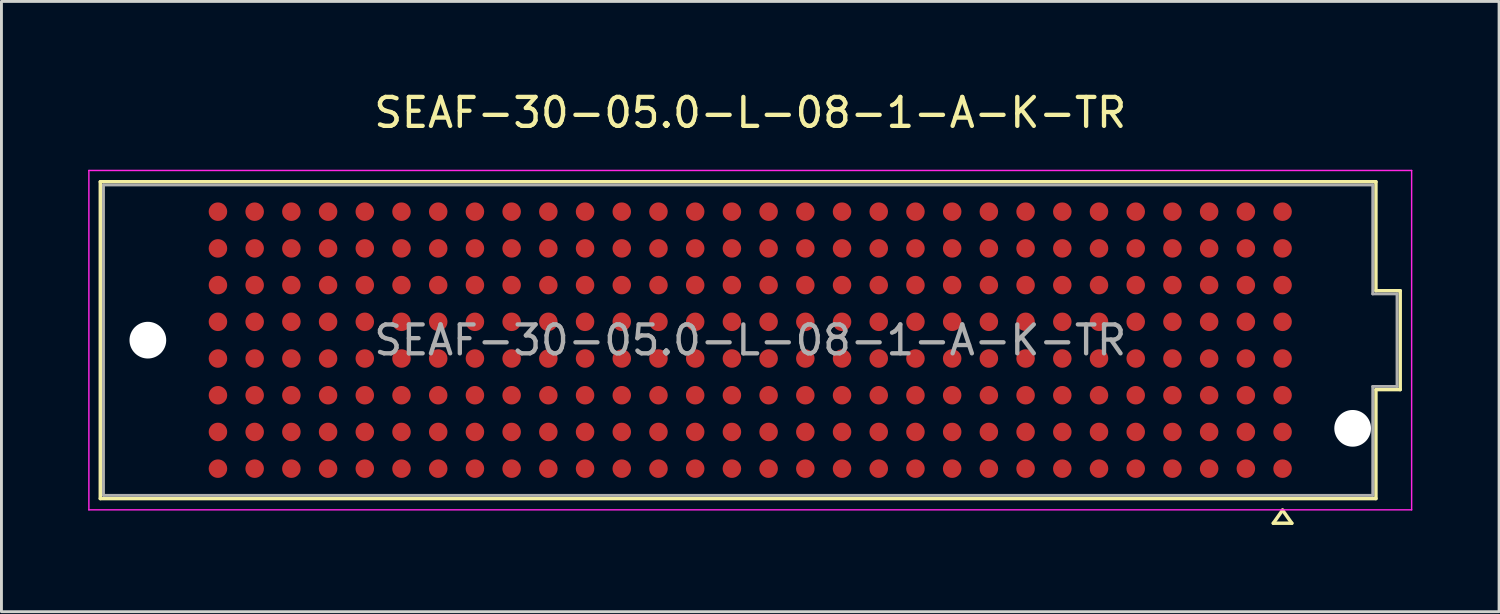
<source format=kicad_pcb>
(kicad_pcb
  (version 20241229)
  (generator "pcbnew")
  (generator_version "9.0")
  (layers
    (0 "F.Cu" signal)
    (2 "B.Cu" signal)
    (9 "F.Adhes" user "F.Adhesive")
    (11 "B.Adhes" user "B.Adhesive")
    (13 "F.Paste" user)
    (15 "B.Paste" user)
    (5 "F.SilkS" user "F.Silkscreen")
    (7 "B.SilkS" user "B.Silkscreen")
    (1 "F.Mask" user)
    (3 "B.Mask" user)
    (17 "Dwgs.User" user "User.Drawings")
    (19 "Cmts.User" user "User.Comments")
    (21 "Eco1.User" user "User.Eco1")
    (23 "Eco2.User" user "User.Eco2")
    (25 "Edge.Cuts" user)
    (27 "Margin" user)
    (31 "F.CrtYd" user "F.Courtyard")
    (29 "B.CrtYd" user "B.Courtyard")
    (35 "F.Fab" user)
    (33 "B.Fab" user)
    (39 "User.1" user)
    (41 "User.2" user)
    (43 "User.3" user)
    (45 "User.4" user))
  (footprint "SEAF-30-05.0-L-08-1-A-K-TR"
    (layer "F.Cu")
    (at 22.905 8.718)
    (property "Reference" "SEAF-30-05.0-L-08-1-A-K-TR" (at 0 -7.87 0) (layer "F.SilkS") (effects (font (size 1 1) (thickness 0.15))))
    (attr smd)
    (fp_line (start -22.485 -5.48) (end 21.645 -5.48) (stroke (width 0.12) (type solid)) (layer "F.SilkS"))
    (fp_line (start -22.485 5.48) (end -22.485 -5.48) (stroke (width 0.12) (type solid)) (layer "F.SilkS"))
    (fp_line (start 18.095 6.333) (end 18.735 6.333) (stroke (width 0.12) (type solid)) (layer "F.SilkS"))
    (fp_line (start 18.415 5.88) (end 18.095 6.333) (stroke (width 0.12) (type solid)) (layer "F.SilkS"))
    (fp_line (start 18.735 6.333) (end 18.415 5.88) (stroke (width 0.12) (type solid)) (layer "F.SilkS"))
    (fp_line (start 21.645 -5.48) (end 21.645 -1.71) (stroke (width 0.12) (type solid)) (layer "F.SilkS"))
    (fp_line (start 21.645 -1.71) (end 22.485 -1.71) (stroke (width 0.12) (type solid)) (layer "F.SilkS"))
    (fp_line (start 21.645 1.71) (end 21.645 5.48) (stroke (width 0.12) (type solid)) (layer "F.SilkS"))
    (fp_line (start 21.645 5.48) (end -22.485 5.48) (stroke (width 0.12) (type solid)) (layer "F.SilkS"))
    (fp_line (start 22.485 -1.71) (end 22.485 1.71) (stroke (width 0.12) (type solid)) (layer "F.SilkS"))
    (fp_line (start 22.485 1.71) (end 21.645 1.71) (stroke (width 0.12) (type solid)) (layer "F.SilkS"))
    (fp_line (start -22.88 -5.87) (end -22.88 5.87) (stroke (width 0.05) (type solid)) (layer "F.CrtYd"))
    (fp_line (start -22.88 5.87) (end 22.88 5.87) (stroke (width 0.05) (type solid)) (layer "F.CrtYd"))
    (fp_line (start 22.88 -5.87) (end -22.88 -5.87) (stroke (width 0.05) (type solid)) (layer "F.CrtYd"))
    (fp_line (start 22.88 5.87) (end 22.88 -5.87) (stroke (width 0.05) (type solid)) (layer "F.CrtYd"))
    (fp_line (start -22.375 -5.37) (end 21.535 -5.37) (stroke (width 0.1) (type solid)) (layer "F.Fab"))
    (fp_line (start -22.375 5.37) (end -22.375 -5.37) (stroke (width 0.1) (type solid)) (layer "F.Fab"))
    (fp_line (start 21.535 -5.37) (end 21.535 -1.6) (stroke (width 0.1) (type solid)) (layer "F.Fab"))
    (fp_line (start 21.535 -1.6) (end 22.375 -1.6) (stroke (width 0.1) (type solid)) (layer "F.Fab"))
    (fp_line (start 21.535 1.6) (end 21.535 5.37) (stroke (width 0.1) (type solid)) (layer "F.Fab"))
    (fp_line (start 21.535 5.37) (end -22.375 5.37) (stroke (width 0.1) (type solid)) (layer "F.Fab"))
    (fp_line (start 22.375 -1.6) (end 22.375 1.6) (stroke (width 0.1) (type solid)) (layer "F.Fab"))
    (fp_line (start 22.375 1.6) (end 21.535 1.6) (stroke (width 0.1) (type solid)) (layer "F.Fab"))
    (fp_text user "${REFERENCE}" (at 0 0 0) (layer "F.Fab") (effects (font (size 1 1) (thickness 0.15))))
    (pad "" np_thru_hole circle (at -20.84 0) (size 1.27 1.27) (drill 1.27) (layers "*.Cu" "*.Mask"))
    (pad "" np_thru_hole circle (at 20.84 3.05) (size 1.27 1.27) (drill 1.27) (layers "*.Cu" "*.Mask"))
    (pad "A1" smd circle (at 18.415 4.445) (size 0.64 0.64) (layers "F.Cu" "F.Mask" "F.Paste"))
    (pad "A2" smd circle (at 17.145 4.445) (size 0.64 0.64) (layers "F.Cu" "F.Mask" "F.Paste"))
    (pad "A3" smd circle (at 15.875 4.445) (size 0.64 0.64) (layers "F.Cu" "F.Mask" "F.Paste"))
    (pad "A4" smd circle (at 14.605 4.445) (size 0.64 0.64) (layers "F.Cu" "F.Mask" "F.Paste"))
    (pad "A5" smd circle (at 13.335 4.445) (size 0.64 0.64) (layers "F.Cu" "F.Mask" "F.Paste"))
    (pad "A6" smd circle (at 12.065 4.445) (size 0.64 0.64) (layers "F.Cu" "F.Mask" "F.Paste"))
    (pad "A7" smd circle (at 10.795 4.445) (size 0.64 0.64) (layers "F.Cu" "F.Mask" "F.Paste"))
    (pad "A8" smd circle (at 9.525 4.445) (size 0.64 0.64) (layers "F.Cu" "F.Mask" "F.Paste"))
    (pad "A9" smd circle (at 8.255 4.445) (size 0.64 0.64) (layers "F.Cu" "F.Mask" "F.Paste"))
    (pad "A10" smd circle (at 6.985 4.445) (size 0.64 0.64) (layers "F.Cu" "F.Mask" "F.Paste"))
    (pad "A11" smd circle (at 5.715 4.445) (size 0.64 0.64) (layers "F.Cu" "F.Mask" "F.Paste"))
    (pad "A12" smd circle (at 4.445 4.445) (size 0.64 0.64) (layers "F.Cu" "F.Mask" "F.Paste"))
    (pad "A13" smd circle (at 3.175 4.445) (size 0.64 0.64) (layers "F.Cu" "F.Mask" "F.Paste"))
    (pad "A14" smd circle (at 1.905 4.445) (size 0.64 0.64) (layers "F.Cu" "F.Mask" "F.Paste"))
    (pad "A15" smd circle (at 0.635 4.445) (size 0.64 0.64) (layers "F.Cu" "F.Mask" "F.Paste"))
    (pad "A16" smd circle (at -0.635 4.445) (size 0.64 0.64) (layers "F.Cu" "F.Mask" "F.Paste"))
    (pad "A17" smd circle (at -1.905 4.445) (size 0.64 0.64) (layers "F.Cu" "F.Mask" "F.Paste"))
    (pad "A18" smd circle (at -3.175 4.445) (size 0.64 0.64) (layers "F.Cu" "F.Mask" "F.Paste"))
    (pad "A19" smd circle (at -4.445 4.445) (size 0.64 0.64) (layers "F.Cu" "F.Mask" "F.Paste"))
    (pad "A20" smd circle (at -5.715 4.445) (size 0.64 0.64) (layers "F.Cu" "F.Mask" "F.Paste"))
    (pad "A21" smd circle (at -6.985 4.445) (size 0.64 0.64) (layers "F.Cu" "F.Mask" "F.Paste"))
    (pad "A22" smd circle (at -8.255 4.445) (size 0.64 0.64) (layers "F.Cu" "F.Mask" "F.Paste"))
    (pad "A23" smd circle (at -9.525 4.445) (size 0.64 0.64) (layers "F.Cu" "F.Mask" "F.Paste"))
    (pad "A24" smd circle (at -10.795 4.445) (size 0.64 0.64) (layers "F.Cu" "F.Mask" "F.Paste"))
    (pad "A25" smd circle (at -12.065 4.445) (size 0.64 0.64) (layers "F.Cu" "F.Mask" "F.Paste"))
    (pad "A26" smd circle (at -13.335 4.445) (size 0.64 0.64) (layers "F.Cu" "F.Mask" "F.Paste"))
    (pad "A27" smd circle (at -14.605 4.445) (size 0.64 0.64) (layers "F.Cu" "F.Mask" "F.Paste"))
    (pad "A28" smd circle (at -15.875 4.445) (size 0.64 0.64) (layers "F.Cu" "F.Mask" "F.Paste"))
    (pad "A29" smd circle (at -17.145 4.445) (size 0.64 0.64) (layers "F.Cu" "F.Mask" "F.Paste"))
    (pad "A30" smd circle (at -18.415 4.445) (size 0.64 0.64) (layers "F.Cu" "F.Mask" "F.Paste"))
    (pad "B1" smd circle (at 18.415 3.175) (size 0.64 0.64) (layers "F.Cu" "F.Mask" "F.Paste"))
    (pad "B2" smd circle (at 17.145 3.175) (size 0.64 0.64) (layers "F.Cu" "F.Mask" "F.Paste"))
    (pad "B3" smd circle (at 15.875 3.175) (size 0.64 0.64) (layers "F.Cu" "F.Mask" "F.Paste"))
    (pad "B4" smd circle (at 14.605 3.175) (size 0.64 0.64) (layers "F.Cu" "F.Mask" "F.Paste"))
    (pad "B5" smd circle (at 13.335 3.175) (size 0.64 0.64) (layers "F.Cu" "F.Mask" "F.Paste"))
    (pad "B6" smd circle (at 12.065 3.175) (size 0.64 0.64) (layers "F.Cu" "F.Mask" "F.Paste"))
    (pad "B7" smd circle (at 10.795 3.175) (size 0.64 0.64) (layers "F.Cu" "F.Mask" "F.Paste"))
    (pad "B8" smd circle (at 9.525 3.175) (size 0.64 0.64) (layers "F.Cu" "F.Mask" "F.Paste"))
    (pad "B9" smd circle (at 8.255 3.175) (size 0.64 0.64) (layers "F.Cu" "F.Mask" "F.Paste"))
    (pad "B10" smd circle (at 6.985 3.175) (size 0.64 0.64) (layers "F.Cu" "F.Mask" "F.Paste"))
    (pad "B11" smd circle (at 5.715 3.175) (size 0.64 0.64) (layers "F.Cu" "F.Mask" "F.Paste"))
    (pad "B12" smd circle (at 4.445 3.175) (size 0.64 0.64) (layers "F.Cu" "F.Mask" "F.Paste"))
    (pad "B13" smd circle (at 3.175 3.175) (size 0.64 0.64) (layers "F.Cu" "F.Mask" "F.Paste"))
    (pad "B14" smd circle (at 1.905 3.175) (size 0.64 0.64) (layers "F.Cu" "F.Mask" "F.Paste"))
    (pad "B15" smd circle (at 0.635 3.175) (size 0.64 0.64) (layers "F.Cu" "F.Mask" "F.Paste"))
    (pad "B16" smd circle (at -0.635 3.175) (size 0.64 0.64) (layers "F.Cu" "F.Mask" "F.Paste"))
    (pad "B17" smd circle (at -1.905 3.175) (size 0.64 0.64) (layers "F.Cu" "F.Mask" "F.Paste"))
    (pad "B18" smd circle (at -3.175 3.175) (size 0.64 0.64) (layers "F.Cu" "F.Mask" "F.Paste"))
    (pad "B19" smd circle (at -4.445 3.175) (size 0.64 0.64) (layers "F.Cu" "F.Mask" "F.Paste"))
    (pad "B20" smd circle (at -5.715 3.175) (size 0.64 0.64) (layers "F.Cu" "F.Mask" "F.Paste"))
    (pad "B21" smd circle (at -6.985 3.175) (size 0.64 0.64) (layers "F.Cu" "F.Mask" "F.Paste"))
    (pad "B22" smd circle (at -8.255 3.175) (size 0.64 0.64) (layers "F.Cu" "F.Mask" "F.Paste"))
    (pad "B23" smd circle (at -9.525 3.175) (size 0.64 0.64) (layers "F.Cu" "F.Mask" "F.Paste"))
    (pad "B24" smd circle (at -10.795 3.175) (size 0.64 0.64) (layers "F.Cu" "F.Mask" "F.Paste"))
    (pad "B25" smd circle (at -12.065 3.175) (size 0.64 0.64) (layers "F.Cu" "F.Mask" "F.Paste"))
    (pad "B26" smd circle (at -13.335 3.175) (size 0.64 0.64) (layers "F.Cu" "F.Mask" "F.Paste"))
    (pad "B27" smd circle (at -14.605 3.175) (size 0.64 0.64) (layers "F.Cu" "F.Mask" "F.Paste"))
    (pad "B28" smd circle (at -15.875 3.175) (size 0.64 0.64) (layers "F.Cu" "F.Mask" "F.Paste"))
    (pad "B29" smd circle (at -17.145 3.175) (size 0.64 0.64) (layers "F.Cu" "F.Mask" "F.Paste"))
    (pad "B30" smd circle (at -18.415 3.175) (size 0.64 0.64) (layers "F.Cu" "F.Mask" "F.Paste"))
    (pad "C1" smd circle (at 18.415 1.905) (size 0.64 0.64) (layers "F.Cu" "F.Mask" "F.Paste"))
    (pad "C2" smd circle (at 17.145 1.905) (size 0.64 0.64) (layers "F.Cu" "F.Mask" "F.Paste"))
    (pad "C3" smd circle (at 15.875 1.905) (size 0.64 0.64) (layers "F.Cu" "F.Mask" "F.Paste"))
    (pad "C4" smd circle (at 14.605 1.905) (size 0.64 0.64) (layers "F.Cu" "F.Mask" "F.Paste"))
    (pad "C5" smd circle (at 13.335 1.905) (size 0.64 0.64) (layers "F.Cu" "F.Mask" "F.Paste"))
    (pad "C6" smd circle (at 12.065 1.905) (size 0.64 0.64) (layers "F.Cu" "F.Mask" "F.Paste"))
    (pad "C7" smd circle (at 10.795 1.905) (size 0.64 0.64) (layers "F.Cu" "F.Mask" "F.Paste"))
    (pad "C8" smd circle (at 9.525 1.905) (size 0.64 0.64) (layers "F.Cu" "F.Mask" "F.Paste"))
    (pad "C9" smd circle (at 8.255 1.905) (size 0.64 0.64) (layers "F.Cu" "F.Mask" "F.Paste"))
    (pad "C10" smd circle (at 6.985 1.905) (size 0.64 0.64) (layers "F.Cu" "F.Mask" "F.Paste"))
    (pad "C11" smd circle (at 5.715 1.905) (size 0.64 0.64) (layers "F.Cu" "F.Mask" "F.Paste"))
    (pad "C12" smd circle (at 4.445 1.905) (size 0.64 0.64) (layers "F.Cu" "F.Mask" "F.Paste"))
    (pad "C13" smd circle (at 3.175 1.905) (size 0.64 0.64) (layers "F.Cu" "F.Mask" "F.Paste"))
    (pad "C14" smd circle (at 1.905 1.905) (size 0.64 0.64) (layers "F.Cu" "F.Mask" "F.Paste"))
    (pad "C15" smd circle (at 0.635 1.905) (size 0.64 0.64) (layers "F.Cu" "F.Mask" "F.Paste"))
    (pad "C16" smd circle (at -0.635 1.905) (size 0.64 0.64) (layers "F.Cu" "F.Mask" "F.Paste"))
    (pad "C17" smd circle (at -1.905 1.905) (size 0.64 0.64) (layers "F.Cu" "F.Mask" "F.Paste"))
    (pad "C18" smd circle (at -3.175 1.905) (size 0.64 0.64) (layers "F.Cu" "F.Mask" "F.Paste"))
    (pad "C19" smd circle (at -4.445 1.905) (size 0.64 0.64) (layers "F.Cu" "F.Mask" "F.Paste"))
    (pad "C20" smd circle (at -5.715 1.905) (size 0.64 0.64) (layers "F.Cu" "F.Mask" "F.Paste"))
    (pad "C21" smd circle (at -6.985 1.905) (size 0.64 0.64) (layers "F.Cu" "F.Mask" "F.Paste"))
    (pad "C22" smd circle (at -8.255 1.905) (size 0.64 0.64) (layers "F.Cu" "F.Mask" "F.Paste"))
    (pad "C23" smd circle (at -9.525 1.905) (size 0.64 0.64) (layers "F.Cu" "F.Mask" "F.Paste"))
    (pad "C24" smd circle (at -10.795 1.905) (size 0.64 0.64) (layers "F.Cu" "F.Mask" "F.Paste"))
    (pad "C25" smd circle (at -12.065 1.905) (size 0.64 0.64) (layers "F.Cu" "F.Mask" "F.Paste"))
    (pad "C26" smd circle (at -13.335 1.905) (size 0.64 0.64) (layers "F.Cu" "F.Mask" "F.Paste"))
    (pad "C27" smd circle (at -14.605 1.905) (size 0.64 0.64) (layers "F.Cu" "F.Mask" "F.Paste"))
    (pad "C28" smd circle (at -15.875 1.905) (size 0.64 0.64) (layers "F.Cu" "F.Mask" "F.Paste"))
    (pad "C29" smd circle (at -17.145 1.905) (size 0.64 0.64) (layers "F.Cu" "F.Mask" "F.Paste"))
    (pad "C30" smd circle (at -18.415 1.905) (size 0.64 0.64) (layers "F.Cu" "F.Mask" "F.Paste"))
    (pad "D1" smd circle (at 18.415 0.635) (size 0.64 0.64) (layers "F.Cu" "F.Mask" "F.Paste"))
    (pad "D2" smd circle (at 17.145 0.635) (size 0.64 0.64) (layers "F.Cu" "F.Mask" "F.Paste"))
    (pad "D3" smd circle (at 15.875 0.635) (size 0.64 0.64) (layers "F.Cu" "F.Mask" "F.Paste"))
    (pad "D4" smd circle (at 14.605 0.635) (size 0.64 0.64) (layers "F.Cu" "F.Mask" "F.Paste"))
    (pad "D5" smd circle (at 13.335 0.635) (size 0.64 0.64) (layers "F.Cu" "F.Mask" "F.Paste"))
    (pad "D6" smd circle (at 12.065 0.635) (size 0.64 0.64) (layers "F.Cu" "F.Mask" "F.Paste"))
    (pad "D7" smd circle (at 10.795 0.635) (size 0.64 0.64) (layers "F.Cu" "F.Mask" "F.Paste"))
    (pad "D8" smd circle (at 9.525 0.635) (size 0.64 0.64) (layers "F.Cu" "F.Mask" "F.Paste"))
    (pad "D9" smd circle (at 8.255 0.635) (size 0.64 0.64) (layers "F.Cu" "F.Mask" "F.Paste"))
    (pad "D10" smd circle (at 6.985 0.635) (size 0.64 0.64) (layers "F.Cu" "F.Mask" "F.Paste"))
    (pad "D11" smd circle (at 5.715 0.635) (size 0.64 0.64) (layers "F.Cu" "F.Mask" "F.Paste"))
    (pad "D12" smd circle (at 4.445 0.635) (size 0.64 0.64) (layers "F.Cu" "F.Mask" "F.Paste"))
    (pad "D13" smd circle (at 3.175 0.635) (size 0.64 0.64) (layers "F.Cu" "F.Mask" "F.Paste"))
    (pad "D14" smd circle (at 1.905 0.635) (size 0.64 0.64) (layers "F.Cu" "F.Mask" "F.Paste"))
    (pad "D15" smd circle (at 0.635 0.635) (size 0.64 0.64) (layers "F.Cu" "F.Mask" "F.Paste"))
    (pad "D16" smd circle (at -0.635 0.635) (size 0.64 0.64) (layers "F.Cu" "F.Mask" "F.Paste"))
    (pad "D17" smd circle (at -1.905 0.635) (size 0.64 0.64) (layers "F.Cu" "F.Mask" "F.Paste"))
    (pad "D18" smd circle (at -3.175 0.635) (size 0.64 0.64) (layers "F.Cu" "F.Mask" "F.Paste"))
    (pad "D19" smd circle (at -4.445 0.635) (size 0.64 0.64) (layers "F.Cu" "F.Mask" "F.Paste"))
    (pad "D20" smd circle (at -5.715 0.635) (size 0.64 0.64) (layers "F.Cu" "F.Mask" "F.Paste"))
    (pad "D21" smd circle (at -6.985 0.635) (size 0.64 0.64) (layers "F.Cu" "F.Mask" "F.Paste"))
    (pad "D22" smd circle (at -8.255 0.635) (size 0.64 0.64) (layers "F.Cu" "F.Mask" "F.Paste"))
    (pad "D23" smd circle (at -9.525 0.635) (size 0.64 0.64) (layers "F.Cu" "F.Mask" "F.Paste"))
    (pad "D24" smd circle (at -10.795 0.635) (size 0.64 0.64) (layers "F.Cu" "F.Mask" "F.Paste"))
    (pad "D25" smd circle (at -12.065 0.635) (size 0.64 0.64) (layers "F.Cu" "F.Mask" "F.Paste"))
    (pad "D26" smd circle (at -13.335 0.635) (size 0.64 0.64) (layers "F.Cu" "F.Mask" "F.Paste"))
    (pad "D27" smd circle (at -14.605 0.635) (size 0.64 0.64) (layers "F.Cu" "F.Mask" "F.Paste"))
    (pad "D28" smd circle (at -15.875 0.635) (size 0.64 0.64) (layers "F.Cu" "F.Mask" "F.Paste"))
    (pad "D29" smd circle (at -17.145 0.635) (size 0.64 0.64) (layers "F.Cu" "F.Mask" "F.Paste"))
    (pad "D30" smd circle (at -18.415 0.635) (size 0.64 0.64) (layers "F.Cu" "F.Mask" "F.Paste"))
    (pad "E1" smd circle (at 18.415 -0.635) (size 0.64 0.64) (layers "F.Cu" "F.Mask" "F.Paste"))
    (pad "E2" smd circle (at 17.145 -0.635) (size 0.64 0.64) (layers "F.Cu" "F.Mask" "F.Paste"))
    (pad "E3" smd circle (at 15.875 -0.635) (size 0.64 0.64) (layers "F.Cu" "F.Mask" "F.Paste"))
    (pad "E4" smd circle (at 14.605 -0.635) (size 0.64 0.64) (layers "F.Cu" "F.Mask" "F.Paste"))
    (pad "E5" smd circle (at 13.335 -0.635) (size 0.64 0.64) (layers "F.Cu" "F.Mask" "F.Paste"))
    (pad "E6" smd circle (at 12.065 -0.635) (size 0.64 0.64) (layers "F.Cu" "F.Mask" "F.Paste"))
    (pad "E7" smd circle (at 10.795 -0.635) (size 0.64 0.64) (layers "F.Cu" "F.Mask" "F.Paste"))
    (pad "E8" smd circle (at 9.525 -0.635) (size 0.64 0.64) (layers "F.Cu" "F.Mask" "F.Paste"))
    (pad "E9" smd circle (at 8.255 -0.635) (size 0.64 0.64) (layers "F.Cu" "F.Mask" "F.Paste"))
    (pad "E10" smd circle (at 6.985 -0.635) (size 0.64 0.64) (layers "F.Cu" "F.Mask" "F.Paste"))
    (pad "E11" smd circle (at 5.715 -0.635) (size 0.64 0.64) (layers "F.Cu" "F.Mask" "F.Paste"))
    (pad "E12" smd circle (at 4.445 -0.635) (size 0.64 0.64) (layers "F.Cu" "F.Mask" "F.Paste"))
    (pad "E13" smd circle (at 3.175 -0.635) (size 0.64 0.64) (layers "F.Cu" "F.Mask" "F.Paste"))
    (pad "E14" smd circle (at 1.905 -0.635) (size 0.64 0.64) (layers "F.Cu" "F.Mask" "F.Paste"))
    (pad "E15" smd circle (at 0.635 -0.635) (size 0.64 0.64) (layers "F.Cu" "F.Mask" "F.Paste"))
    (pad "E16" smd circle (at -0.635 -0.635) (size 0.64 0.64) (layers "F.Cu" "F.Mask" "F.Paste"))
    (pad "E17" smd circle (at -1.905 -0.635) (size 0.64 0.64) (layers "F.Cu" "F.Mask" "F.Paste"))
    (pad "E18" smd circle (at -3.175 -0.635) (size 0.64 0.64) (layers "F.Cu" "F.Mask" "F.Paste"))
    (pad "E19" smd circle (at -4.445 -0.635) (size 0.64 0.64) (layers "F.Cu" "F.Mask" "F.Paste"))
    (pad "E20" smd circle (at -5.715 -0.635) (size 0.64 0.64) (layers "F.Cu" "F.Mask" "F.Paste"))
    (pad "E21" smd circle (at -6.985 -0.635) (size 0.64 0.64) (layers "F.Cu" "F.Mask" "F.Paste"))
    (pad "E22" smd circle (at -8.255 -0.635) (size 0.64 0.64) (layers "F.Cu" "F.Mask" "F.Paste"))
    (pad "E23" smd circle (at -9.525 -0.635) (size 0.64 0.64) (layers "F.Cu" "F.Mask" "F.Paste"))
    (pad "E24" smd circle (at -10.795 -0.635) (size 0.64 0.64) (layers "F.Cu" "F.Mask" "F.Paste"))
    (pad "E25" smd circle (at -12.065 -0.635) (size 0.64 0.64) (layers "F.Cu" "F.Mask" "F.Paste"))
    (pad "E26" smd circle (at -13.335 -0.635) (size 0.64 0.64) (layers "F.Cu" "F.Mask" "F.Paste"))
    (pad "E27" smd circle (at -14.605 -0.635) (size 0.64 0.64) (layers "F.Cu" "F.Mask" "F.Paste"))
    (pad "E28" smd circle (at -15.875 -0.635) (size 0.64 0.64) (layers "F.Cu" "F.Mask" "F.Paste"))
    (pad "E29" smd circle (at -17.145 -0.635) (size 0.64 0.64) (layers "F.Cu" "F.Mask" "F.Paste"))
    (pad "E30" smd circle (at -18.415 -0.635) (size 0.64 0.64) (layers "F.Cu" "F.Mask" "F.Paste"))
    (pad "F1" smd circle (at 18.415 -1.905) (size 0.64 0.64) (layers "F.Cu" "F.Mask" "F.Paste"))
    (pad "F2" smd circle (at 17.145 -1.905) (size 0.64 0.64) (layers "F.Cu" "F.Mask" "F.Paste"))
    (pad "F3" smd circle (at 15.875 -1.905) (size 0.64 0.64) (layers "F.Cu" "F.Mask" "F.Paste"))
    (pad "F4" smd circle (at 14.605 -1.905) (size 0.64 0.64) (layers "F.Cu" "F.Mask" "F.Paste"))
    (pad "F5" smd circle (at 13.335 -1.905) (size 0.64 0.64) (layers "F.Cu" "F.Mask" "F.Paste"))
    (pad "F6" smd circle (at 12.065 -1.905) (size 0.64 0.64) (layers "F.Cu" "F.Mask" "F.Paste"))
    (pad "F7" smd circle (at 10.795 -1.905) (size 0.64 0.64) (layers "F.Cu" "F.Mask" "F.Paste"))
    (pad "F8" smd circle (at 9.525 -1.905) (size 0.64 0.64) (layers "F.Cu" "F.Mask" "F.Paste"))
    (pad "F9" smd circle (at 8.255 -1.905) (size 0.64 0.64) (layers "F.Cu" "F.Mask" "F.Paste"))
    (pad "F10" smd circle (at 6.985 -1.905) (size 0.64 0.64) (layers "F.Cu" "F.Mask" "F.Paste"))
    (pad "F11" smd circle (at 5.715 -1.905) (size 0.64 0.64) (layers "F.Cu" "F.Mask" "F.Paste"))
    (pad "F12" smd circle (at 4.445 -1.905) (size 0.64 0.64) (layers "F.Cu" "F.Mask" "F.Paste"))
    (pad "F13" smd circle (at 3.175 -1.905) (size 0.64 0.64) (layers "F.Cu" "F.Mask" "F.Paste"))
    (pad "F14" smd circle (at 1.905 -1.905) (size 0.64 0.64) (layers "F.Cu" "F.Mask" "F.Paste"))
    (pad "F15" smd circle (at 0.635 -1.905) (size 0.64 0.64) (layers "F.Cu" "F.Mask" "F.Paste"))
    (pad "F16" smd circle (at -0.635 -1.905) (size 0.64 0.64) (layers "F.Cu" "F.Mask" "F.Paste"))
    (pad "F17" smd circle (at -1.905 -1.905) (size 0.64 0.64) (layers "F.Cu" "F.Mask" "F.Paste"))
    (pad "F18" smd circle (at -3.175 -1.905) (size 0.64 0.64) (layers "F.Cu" "F.Mask" "F.Paste"))
    (pad "F19" smd circle (at -4.445 -1.905) (size 0.64 0.64) (layers "F.Cu" "F.Mask" "F.Paste"))
    (pad "F20" smd circle (at -5.715 -1.905) (size 0.64 0.64) (layers "F.Cu" "F.Mask" "F.Paste"))
    (pad "F21" smd circle (at -6.985 -1.905) (size 0.64 0.64) (layers "F.Cu" "F.Mask" "F.Paste"))
    (pad "F22" smd circle (at -8.255 -1.905) (size 0.64 0.64) (layers "F.Cu" "F.Mask" "F.Paste"))
    (pad "F23" smd circle (at -9.525 -1.905) (size 0.64 0.64) (layers "F.Cu" "F.Mask" "F.Paste"))
    (pad "F24" smd circle (at -10.795 -1.905) (size 0.64 0.64) (layers "F.Cu" "F.Mask" "F.Paste"))
    (pad "F25" smd circle (at -12.065 -1.905) (size 0.64 0.64) (layers "F.Cu" "F.Mask" "F.Paste"))
    (pad "F26" smd circle (at -13.335 -1.905) (size 0.64 0.64) (layers "F.Cu" "F.Mask" "F.Paste"))
    (pad "F27" smd circle (at -14.605 -1.905) (size 0.64 0.64) (layers "F.Cu" "F.Mask" "F.Paste"))
    (pad "F28" smd circle (at -15.875 -1.905) (size 0.64 0.64) (layers "F.Cu" "F.Mask" "F.Paste"))
    (pad "F29" smd circle (at -17.145 -1.905) (size 0.64 0.64) (layers "F.Cu" "F.Mask" "F.Paste"))
    (pad "F30" smd circle (at -18.415 -1.905) (size 0.64 0.64) (layers "F.Cu" "F.Mask" "F.Paste"))
    (pad "G1" smd circle (at 18.415 -3.175) (size 0.64 0.64) (layers "F.Cu" "F.Mask" "F.Paste"))
    (pad "G2" smd circle (at 17.145 -3.175) (size 0.64 0.64) (layers "F.Cu" "F.Mask" "F.Paste"))
    (pad "G3" smd circle (at 15.875 -3.175) (size 0.64 0.64) (layers "F.Cu" "F.Mask" "F.Paste"))
    (pad "G4" smd circle (at 14.605 -3.175) (size 0.64 0.64) (layers "F.Cu" "F.Mask" "F.Paste"))
    (pad "G5" smd circle (at 13.335 -3.175) (size 0.64 0.64) (layers "F.Cu" "F.Mask" "F.Paste"))
    (pad "G6" smd circle (at 12.065 -3.175) (size 0.64 0.64) (layers "F.Cu" "F.Mask" "F.Paste"))
    (pad "G7" smd circle (at 10.795 -3.175) (size 0.64 0.64) (layers "F.Cu" "F.Mask" "F.Paste"))
    (pad "G8" smd circle (at 9.525 -3.175) (size 0.64 0.64) (layers "F.Cu" "F.Mask" "F.Paste"))
    (pad "G9" smd circle (at 8.255 -3.175) (size 0.64 0.64) (layers "F.Cu" "F.Mask" "F.Paste"))
    (pad "G10" smd circle (at 6.985 -3.175) (size 0.64 0.64) (layers "F.Cu" "F.Mask" "F.Paste"))
    (pad "G11" smd circle (at 5.715 -3.175) (size 0.64 0.64) (layers "F.Cu" "F.Mask" "F.Paste"))
    (pad "G12" smd circle (at 4.445 -3.175) (size 0.64 0.64) (layers "F.Cu" "F.Mask" "F.Paste"))
    (pad "G13" smd circle (at 3.175 -3.175) (size 0.64 0.64) (layers "F.Cu" "F.Mask" "F.Paste"))
    (pad "G14" smd circle (at 1.905 -3.175) (size 0.64 0.64) (layers "F.Cu" "F.Mask" "F.Paste"))
    (pad "G15" smd circle (at 0.635 -3.175) (size 0.64 0.64) (layers "F.Cu" "F.Mask" "F.Paste"))
    (pad "G16" smd circle (at -0.635 -3.175) (size 0.64 0.64) (layers "F.Cu" "F.Mask" "F.Paste"))
    (pad "G17" smd circle (at -1.905 -3.175) (size 0.64 0.64) (layers "F.Cu" "F.Mask" "F.Paste"))
    (pad "G18" smd circle (at -3.175 -3.175) (size 0.64 0.64) (layers "F.Cu" "F.Mask" "F.Paste"))
    (pad "G19" smd circle (at -4.445 -3.175) (size 0.64 0.64) (layers "F.Cu" "F.Mask" "F.Paste"))
    (pad "G20" smd circle (at -5.715 -3.175) (size 0.64 0.64) (layers "F.Cu" "F.Mask" "F.Paste"))
    (pad "G21" smd circle (at -6.985 -3.175) (size 0.64 0.64) (layers "F.Cu" "F.Mask" "F.Paste"))
    (pad "G22" smd circle (at -8.255 -3.175) (size 0.64 0.64) (layers "F.Cu" "F.Mask" "F.Paste"))
    (pad "G23" smd circle (at -9.525 -3.175) (size 0.64 0.64) (layers "F.Cu" "F.Mask" "F.Paste"))
    (pad "G24" smd circle (at -10.795 -3.175) (size 0.64 0.64) (layers "F.Cu" "F.Mask" "F.Paste"))
    (pad "G25" smd circle (at -12.065 -3.175) (size 0.64 0.64) (layers "F.Cu" "F.Mask" "F.Paste"))
    (pad "G26" smd circle (at -13.335 -3.175) (size 0.64 0.64) (layers "F.Cu" "F.Mask" "F.Paste"))
    (pad "G27" smd circle (at -14.605 -3.175) (size 0.64 0.64) (layers "F.Cu" "F.Mask" "F.Paste"))
    (pad "G28" smd circle (at -15.875 -3.175) (size 0.64 0.64) (layers "F.Cu" "F.Mask" "F.Paste"))
    (pad "G29" smd circle (at -17.145 -3.175) (size 0.64 0.64) (layers "F.Cu" "F.Mask" "F.Paste"))
    (pad "G30" smd circle (at -18.415 -3.175) (size 0.64 0.64) (layers "F.Cu" "F.Mask" "F.Paste"))
    (pad "H1" smd circle (at 18.415 -4.445) (size 0.64 0.64) (layers "F.Cu" "F.Mask" "F.Paste"))
    (pad "H2" smd circle (at 17.145 -4.445) (size 0.64 0.64) (layers "F.Cu" "F.Mask" "F.Paste"))
    (pad "H3" smd circle (at 15.875 -4.445) (size 0.64 0.64) (layers "F.Cu" "F.Mask" "F.Paste"))
    (pad "H4" smd circle (at 14.605 -4.445) (size 0.64 0.64) (layers "F.Cu" "F.Mask" "F.Paste"))
    (pad "H5" smd circle (at 13.335 -4.445) (size 0.64 0.64) (layers "F.Cu" "F.Mask" "F.Paste"))
    (pad "H6" smd circle (at 12.065 -4.445) (size 0.64 0.64) (layers "F.Cu" "F.Mask" "F.Paste"))
    (pad "H7" smd circle (at 10.795 -4.445) (size 0.64 0.64) (layers "F.Cu" "F.Mask" "F.Paste"))
    (pad "H8" smd circle (at 9.525 -4.445) (size 0.64 0.64) (layers "F.Cu" "F.Mask" "F.Paste"))
    (pad "H9" smd circle (at 8.255 -4.445) (size 0.64 0.64) (layers "F.Cu" "F.Mask" "F.Paste"))
    (pad "H10" smd circle (at 6.985 -4.445) (size 0.64 0.64) (layers "F.Cu" "F.Mask" "F.Paste"))
    (pad "H11" smd circle (at 5.715 -4.445) (size 0.64 0.64) (layers "F.Cu" "F.Mask" "F.Paste"))
    (pad "H12" smd circle (at 4.445 -4.445) (size 0.64 0.64) (layers "F.Cu" "F.Mask" "F.Paste"))
    (pad "H13" smd circle (at 3.175 -4.445) (size 0.64 0.64) (layers "F.Cu" "F.Mask" "F.Paste"))
    (pad "H14" smd circle (at 1.905 -4.445) (size 0.64 0.64) (layers "F.Cu" "F.Mask" "F.Paste"))
    (pad "H15" smd circle (at 0.635 -4.445) (size 0.64 0.64) (layers "F.Cu" "F.Mask" "F.Paste"))
    (pad "H16" smd circle (at -0.635 -4.445) (size 0.64 0.64) (layers "F.Cu" "F.Mask" "F.Paste"))
    (pad "H17" smd circle (at -1.905 -4.445) (size 0.64 0.64) (layers "F.Cu" "F.Mask" "F.Paste"))
    (pad "H18" smd circle (at -3.175 -4.445) (size 0.64 0.64) (layers "F.Cu" "F.Mask" "F.Paste"))
    (pad "H19" smd circle (at -4.445 -4.445) (size 0.64 0.64) (layers "F.Cu" "F.Mask" "F.Paste"))
    (pad "H20" smd circle (at -5.715 -4.445) (size 0.64 0.64) (layers "F.Cu" "F.Mask" "F.Paste"))
    (pad "H21" smd circle (at -6.985 -4.445) (size 0.64 0.64) (layers "F.Cu" "F.Mask" "F.Paste"))
    (pad "H22" smd circle (at -8.255 -4.445) (size 0.64 0.64) (layers "F.Cu" "F.Mask" "F.Paste"))
    (pad "H23" smd circle (at -9.525 -4.445) (size 0.64 0.64) (layers "F.Cu" "F.Mask" "F.Paste"))
    (pad "H24" smd circle (at -10.795 -4.445) (size 0.64 0.64) (layers "F.Cu" "F.Mask" "F.Paste"))
    (pad "H25" smd circle (at -12.065 -4.445) (size 0.64 0.64) (layers "F.Cu" "F.Mask" "F.Paste"))
    (pad "H26" smd circle (at -13.335 -4.445) (size 0.64 0.64) (layers "F.Cu" "F.Mask" "F.Paste"))
    (pad "H27" smd circle (at -14.605 -4.445) (size 0.64 0.64) (layers "F.Cu" "F.Mask" "F.Paste"))
    (pad "H28" smd circle (at -15.875 -4.445) (size 0.64 0.64) (layers "F.Cu" "F.Mask" "F.Paste"))
    (pad "H29" smd circle (at -17.145 -4.445) (size 0.64 0.64) (layers "F.Cu" "F.Mask" "F.Paste"))
    (pad "H30" smd circle (at -18.415 -4.445) (size 0.64 0.64) (layers "F.Cu" "F.Mask" "F.Paste")))
  (gr_rect
    (start -3 -3)
    (end 48.81 18.111)
    (stroke (width 0.1) (type default))
    (fill no)
    (layer "Edge.Cuts")))
</source>
